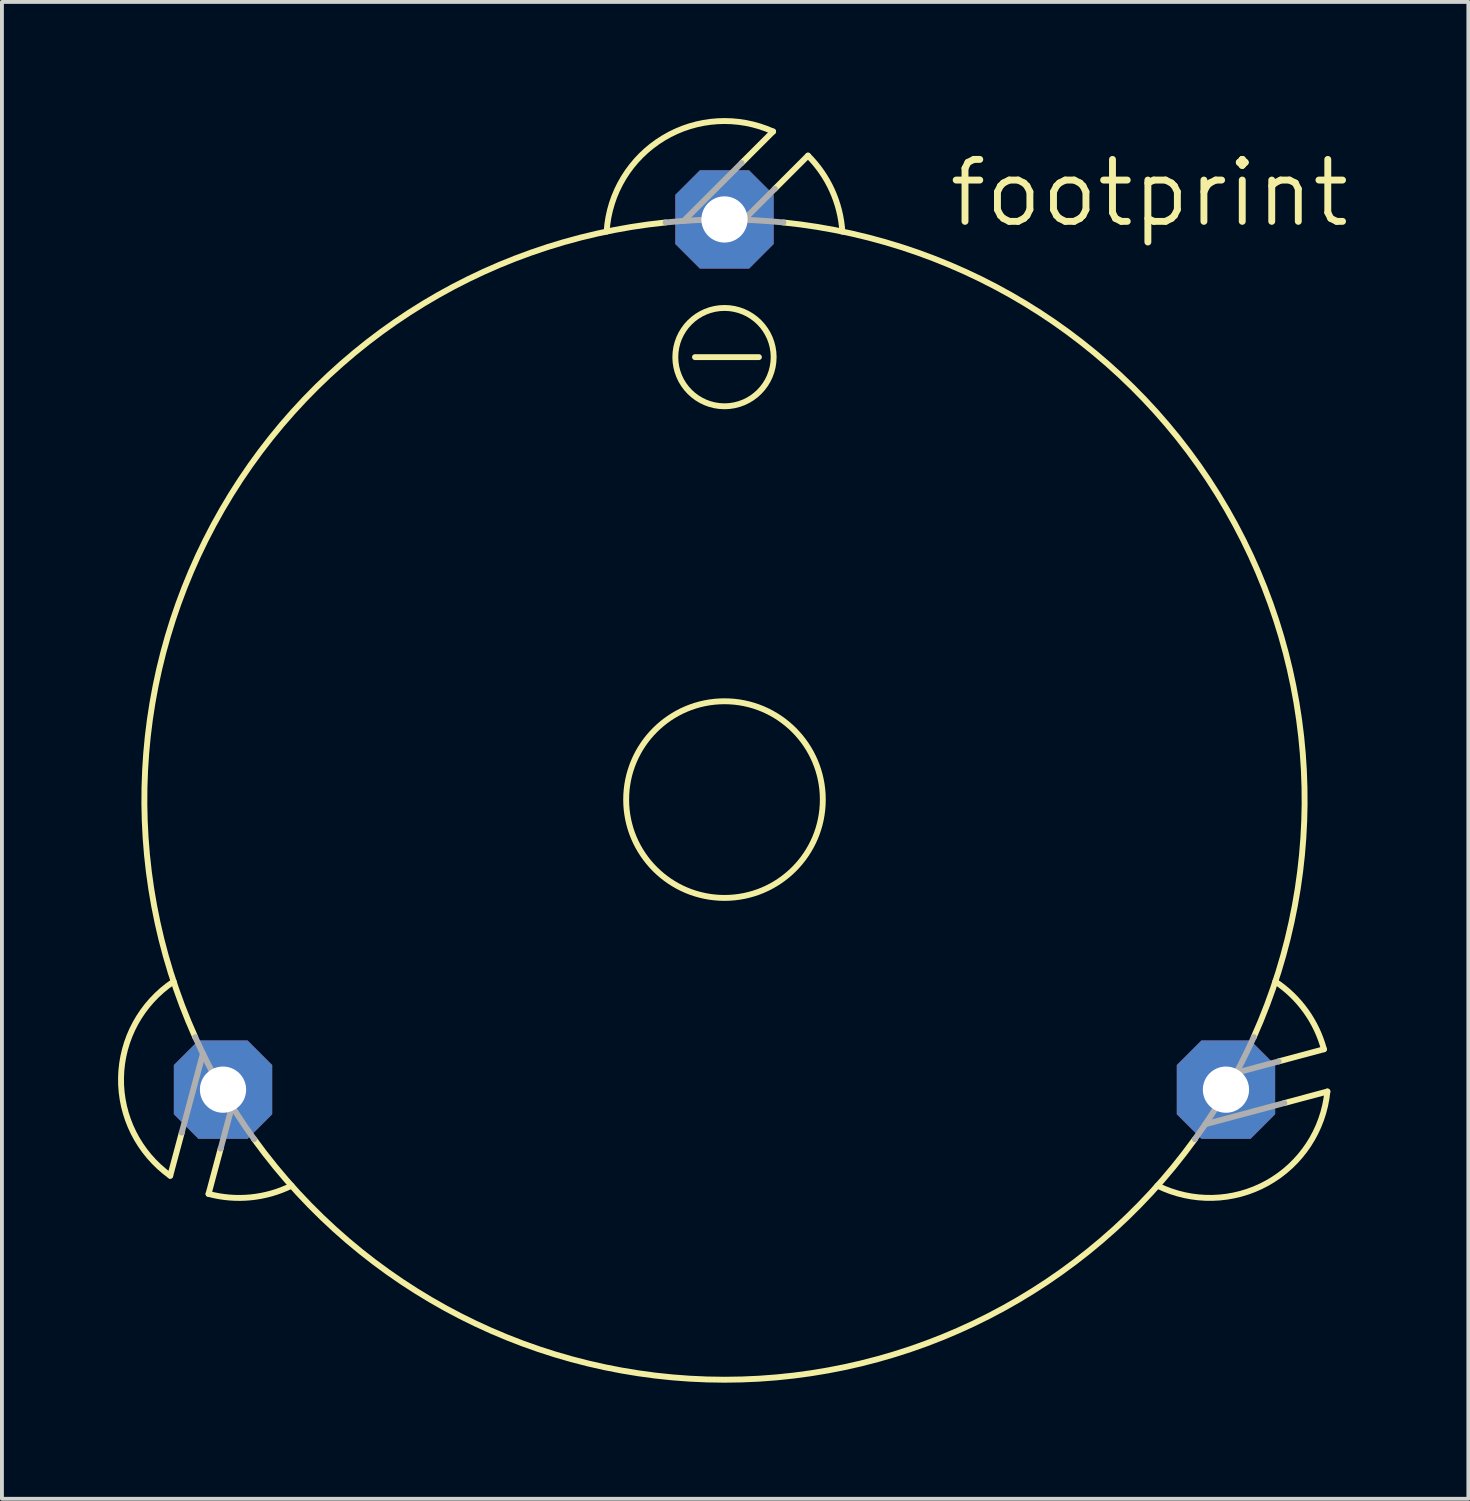
<source format=kicad_pcb>
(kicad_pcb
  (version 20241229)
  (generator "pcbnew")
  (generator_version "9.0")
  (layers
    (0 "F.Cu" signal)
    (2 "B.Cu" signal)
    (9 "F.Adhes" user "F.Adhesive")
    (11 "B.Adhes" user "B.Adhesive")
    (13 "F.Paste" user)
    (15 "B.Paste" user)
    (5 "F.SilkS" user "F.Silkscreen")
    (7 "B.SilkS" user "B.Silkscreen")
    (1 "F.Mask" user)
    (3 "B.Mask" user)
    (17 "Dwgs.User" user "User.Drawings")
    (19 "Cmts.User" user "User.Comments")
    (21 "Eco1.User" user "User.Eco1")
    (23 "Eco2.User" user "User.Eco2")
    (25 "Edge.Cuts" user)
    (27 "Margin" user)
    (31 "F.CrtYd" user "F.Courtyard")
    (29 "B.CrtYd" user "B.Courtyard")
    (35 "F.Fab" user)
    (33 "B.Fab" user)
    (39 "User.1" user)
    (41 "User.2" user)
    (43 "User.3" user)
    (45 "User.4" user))
  (footprint "footprint"
    (layer "F.Cu")
    (at 15.665 17.605)
    (property "Reference" "footprint" (at 5.715 -14.732 0) (layer "F.SilkS") (effects (font (size 1.6 1.6) (thickness 0.178)) (justify left bottom)))
    (fp_line (start -14.02 8.605) (end -14.318 9.717) (stroke (width 0.152) (type solid)) (layer "F.SilkS"))
    (fp_line (start -13.015 9.017) (end -13.328 10.186) (stroke (width 0.152) (type solid)) (layer "F.SilkS"))
    (fp_line (start -0.762 -11.43) (end 0.889 -11.43) (stroke (width 0.152) (type solid)) (layer "F.SilkS"))
    (fp_line (start 0.442 -16.444) (end 1.256 -17.258) (stroke (width 0.152) (type solid)) (layer "F.SilkS"))
    (fp_line (start 1.301 -15.779) (end 2.157 -16.635) (stroke (width 0.152) (type solid)) (layer "F.SilkS"))
    (fp_line (start 14.316 6.763) (end 15.485 6.449) (stroke (width 0.152) (type solid)) (layer "F.SilkS"))
    (fp_line (start 14.462 7.839) (end 15.574 7.541) (stroke (width 0.152) (type solid)) (layer "F.SilkS"))
    (fp_arc (start -14.318 9.717) (mid -15.588667 7.185588) (end -14.229999 4.700298) (stroke (width 0.1524) (type solid)) (layer "F.SilkS"))
    (fp_arc (start -13.6722 6.1361) (mid -12.978241 -7.493027) (end -1.522001 -14.908501) (stroke (width 0.1524) (type solid)) (layer "F.SilkS"))
    (fp_arc (start -11.1855 9.9736) (mid -12.23739 10.275083) (end -13.328 10.186) (stroke (width 0.1524) (type solid)) (layer "F.SilkS"))
    (fp_arc (start -3.0445 -14.6734) (mid -1.57157 -17.09269) (end 1.256001 -17.258) (stroke (width 0.1524) (type solid)) (layer "F.SilkS"))
    (fp_arc (start 1.522 -14.9085) (mid 12.97824 -7.493027) (end 13.672199 6.136099) (stroke (width 0.1524) (type solid)) (layer "F.SilkS"))
    (fp_arc (start 2.157 -16.635) (mid 2.779492 -15.735083) (end 3.044401 -14.6734) (stroke (width 0.1524) (type solid)) (layer "F.SilkS"))
    (fp_arc (start 12.1501 8.7724) (mid 0 14.985991) (end -12.1501 8.7724) (stroke (width 0.1524) (type solid)) (layer "F.SilkS"))
    (fp_arc (start 14.2298 4.7003) (mid 15.016773 5.460453) (end 15.4849 6.4494) (stroke (width 0.1524) (type solid)) (layer "F.SilkS"))
    (fp_arc (start 15.574001 7.540998) (mid 14.017026 9.907067) (end 11.1854 9.973) (stroke (width 0.1524) (type solid)) (layer "F.SilkS"))
    (fp_circle (center 0 -11.43) (end 1.27 -11.43) (stroke (width 0.152) (type solid)) (fill no) (layer "F.SilkS"))
    (fp_circle (center 0 0) (end 2.54 0) (stroke (width 0.152) (type solid)) (fill no) (layer "F.SilkS"))
    (fp_line (start -13.473 6.563) (end -14.02 8.605) (stroke (width 0.152) (type solid)) (layer "F.Fab"))
    (fp_line (start -12.721 7.922) (end -13.015 9.017) (stroke (width 0.152) (type solid)) (layer "F.Fab"))
    (fp_line (start -1.053 -14.949) (end 0.442 -16.444) (stroke (width 0.152) (type solid)) (layer "F.Fab"))
    (fp_line (start 0.5 -14.978) (end 1.301 -15.779) (stroke (width 0.152) (type solid)) (layer "F.Fab"))
    (fp_line (start 12.42 8.386) (end 14.462 7.839) (stroke (width 0.152) (type solid)) (layer "F.Fab"))
    (fp_line (start 13.221 7.056) (end 14.316 6.763) (stroke (width 0.152) (type solid)) (layer "F.Fab"))
    (fp_arc (start -12.1501 8.7724) (mid -12.978263 7.492999) (end -13.6722 6.1361) (stroke (width 0.1524) (type solid)) (layer "F.Fab"))
    (fp_arc (start -1.522 -14.9085) (mid 0 -14.985989) (end 1.522 -14.9085) (stroke (width 0.1524) (type solid)) (layer "F.Fab"))
    (fp_arc (start 13.6722 6.1361) (mid 12.978263 7.492999) (end 12.1501 8.7724) (stroke (width 0.1524) (type solid)) (layer "F.Fab"))
    (pad "1" thru_hole roundrect (at -12.954 7.493) (size 2.54 2.54) (drill 1.194) (layers "*.Cu" "*.Mask") (roundrect_rratio 0.25) (chamfer_ratio 0.25) (chamfer top_left top_right bottom_left bottom_right))
    (pad "2" thru_hole roundrect (at 0 -14.986) (size 2.54 2.54) (drill 1.194) (layers "*.Cu" "*.Mask") (roundrect_rratio 0.25) (chamfer_ratio 0.25) (chamfer top_left top_right bottom_left bottom_right))
    (pad "3" thru_hole roundrect (at 12.954 7.493) (size 2.54 2.54) (drill 1.194) (layers "*.Cu" "*.Mask") (roundrect_rratio 0.25) (chamfer_ratio 0.25) (chamfer top_left top_right bottom_left bottom_right)))
  (gr_rect
    (start -3 -3)
    (end 34.881 35.667)
    (stroke (width 0.1) (type default))
    (fill no)
    (layer "Edge.Cuts")))
</source>
